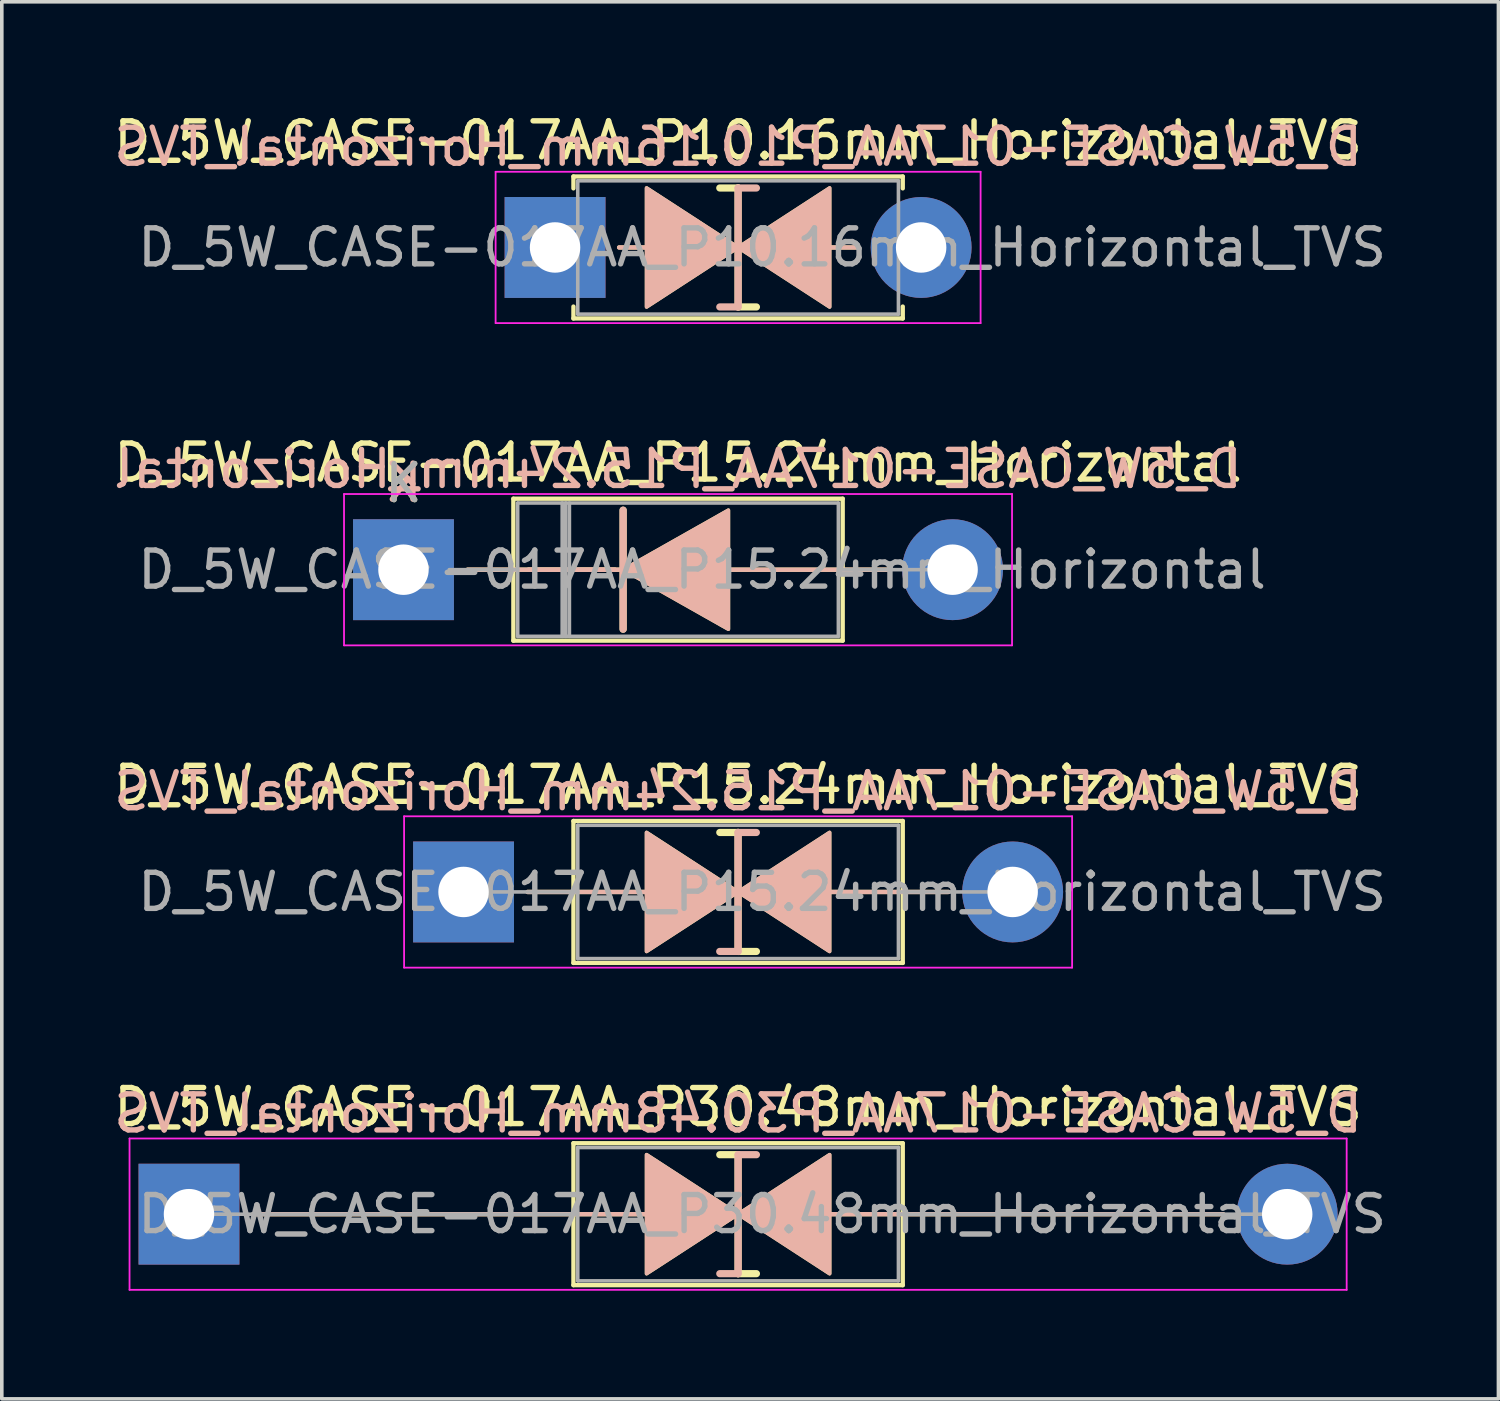
<source format=kicad_pcb>
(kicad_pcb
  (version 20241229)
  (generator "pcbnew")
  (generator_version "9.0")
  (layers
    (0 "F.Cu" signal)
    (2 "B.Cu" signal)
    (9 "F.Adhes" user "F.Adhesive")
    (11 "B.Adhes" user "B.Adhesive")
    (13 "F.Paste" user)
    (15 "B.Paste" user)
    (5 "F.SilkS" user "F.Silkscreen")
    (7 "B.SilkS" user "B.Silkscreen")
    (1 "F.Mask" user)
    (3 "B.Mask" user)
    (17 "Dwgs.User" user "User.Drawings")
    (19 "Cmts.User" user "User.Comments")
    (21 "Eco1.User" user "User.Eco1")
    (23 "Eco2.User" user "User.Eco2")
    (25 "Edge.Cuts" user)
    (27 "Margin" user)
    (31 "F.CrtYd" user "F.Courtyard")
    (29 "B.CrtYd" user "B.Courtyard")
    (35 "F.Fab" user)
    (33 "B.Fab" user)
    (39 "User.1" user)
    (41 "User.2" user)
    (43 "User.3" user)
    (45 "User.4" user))
  (footprint "D_5W_CASE-017AA_P15.24mm_Horizontal_TVS"
    (layer "F.Cu")
    (at 9.815 21.705)
    (property "Reference" "D_5W_CASE-017AA_P15.24mm_Horizontal_TVS" (at 7.62 -2.97 0) (layer "F.SilkS") (effects (font (size 1 1) (thickness 0.15))))
    (fp_line (start 1.778 0) (end 3.05 0) (stroke (width 0.12) (type solid)) (layer "F.SilkS"))
    (fp_line (start 3.048 0) (end 5.08 0) (stroke (width 0.12) (type solid)) (layer "F.SilkS"))
    (fp_line (start 3.05 -1.97) (end 3.05 1.97) (stroke (width 0.12) (type solid)) (layer "F.SilkS"))
    (fp_line (start 3.05 1.97) (end 12.19 1.97) (stroke (width 0.12) (type solid)) (layer "F.SilkS"))
    (fp_line (start 7.62 -1.651) (end 7.112 -1.651) (stroke (width 0.2) (type solid)) (layer "F.SilkS"))
    (fp_line (start 7.62 1.651) (end 7.62 -1.651) (stroke (width 0.2) (type solid)) (layer "F.SilkS"))
    (fp_line (start 8.128 1.651) (end 7.62 1.651) (stroke (width 0.2) (type solid)) (layer "F.SilkS"))
    (fp_line (start 12.19 -1.97) (end 3.05 -1.97) (stroke (width 0.12) (type solid)) (layer "F.SilkS"))
    (fp_line (start 12.19 0) (end 10.16 0) (stroke (width 0.12) (type solid)) (layer "F.SilkS"))
    (fp_line (start 12.19 1.97) (end 12.19 -1.97) (stroke (width 0.12) (type solid)) (layer "F.SilkS"))
    (fp_line (start 13.462 0) (end 12.19 0) (stroke (width 0.12) (type solid)) (layer "F.SilkS"))
    (fp_poly (pts (xy 7.62 0) (xy 5.08 1.651) (xy 5.08 -1.651)) (stroke (width 0.1) (type solid)) (fill yes) (layer "F.SilkS"))
    (fp_poly (pts (xy 7.62 0) (xy 10.16 -1.651) (xy 10.16 1.651)) (stroke (width 0.1) (type solid)) (fill yes) (layer "F.SilkS"))
    (fp_line (start 1.776 0) (end 3.048 0) (stroke (width 0.12) (type solid)) (layer "B.SilkS"))
    (fp_line (start 3.046 0) (end 5.078 0) (stroke (width 0.12) (type solid)) (layer "B.SilkS"))
    (fp_line (start 7.618 -1.651) (end 7.618 1.651) (stroke (width 0.2) (type solid)) (layer "B.SilkS"))
    (fp_line (start 7.618 1.651) (end 7.11 1.651) (stroke (width 0.2) (type solid)) (layer "B.SilkS"))
    (fp_line (start 8.126 -1.651) (end 7.618 -1.651) (stroke (width 0.2) (type solid)) (layer "B.SilkS"))
    (fp_line (start 12.188 0) (end 10.158 0) (stroke (width 0.12) (type solid)) (layer "B.SilkS"))
    (fp_line (start 13.46 0) (end 12.188 0) (stroke (width 0.12) (type solid)) (layer "B.SilkS"))
    (fp_poly (pts (xy 7.618 0) (xy 5.078 -1.651) (xy 5.078 1.651)) (stroke (width 0.1) (type solid)) (fill yes) (layer "B.SilkS"))
    (fp_poly (pts (xy 7.618 0) (xy 10.158 1.651) (xy 10.158 -1.651)) (stroke (width 0.1) (type solid)) (fill yes) (layer "B.SilkS"))
    (fp_line (start -1.65 -2.1) (end -1.65 2.1) (stroke (width 0.05) (type solid)) (layer "F.CrtYd"))
    (fp_line (start -1.65 2.1) (end 16.89 2.1) (stroke (width 0.05) (type solid)) (layer "F.CrtYd"))
    (fp_line (start 16.89 -2.1) (end -1.65 -2.1) (stroke (width 0.05) (type solid)) (layer "F.CrtYd"))
    (fp_line (start 16.89 2.1) (end 16.89 -2.1) (stroke (width 0.05) (type solid)) (layer "F.CrtYd"))
    (fp_line (start 0 0) (end 3.17 0) (stroke (width 0.1) (type solid)) (layer "F.Fab"))
    (fp_line (start 3.17 -1.85) (end 3.17 1.85) (stroke (width 0.1) (type solid)) (layer "F.Fab"))
    (fp_line (start 3.17 1.85) (end 12.07 1.85) (stroke (width 0.1) (type solid)) (layer "F.Fab"))
    (fp_line (start 12.07 -1.85) (end 3.17 -1.85) (stroke (width 0.1) (type solid)) (layer "F.Fab"))
    (fp_line (start 12.07 1.85) (end 12.07 -1.85) (stroke (width 0.1) (type solid)) (layer "F.Fab"))
    (fp_line (start 15.24 0) (end 12.07 0) (stroke (width 0.1) (type solid)) (layer "F.Fab"))
    (fp_text user "${REFERENCE}" (at 7.62 -2.794 0) (layer "B.SilkS") (effects (font (size 1 1) (thickness 0.15)) (justify mirror)))
    (fp_text user "${REFERENCE}" (at 8.287 0 0) (layer "F.Fab") (effects (font (size 1 1) (thickness 0.15))))
    (pad "1" thru_hole rect (at 0 0) (size 2.8 2.8) (drill 1.4) (layers "*.Cu" "*.Mask"))
    (pad "2" thru_hole oval (at 15.24 0) (size 2.8 2.8) (drill 1.4) (layers "*.Cu" "*.Mask")))
  (footprint "D_5W_CASE-017AA_P10.16mm_Horizontal_TVS"
    (layer "F.Cu")
    (at 12.355 3.818)
    (property "Reference" "D_5W_CASE-017AA_P10.16mm_Horizontal_TVS" (at 5.08 -2.97 0) (layer "F.SilkS") (effects (font (size 1 1) (thickness 0.15))))
    (fp_line (start 0.51 -1.97) (end 9.65 -1.97) (stroke (width 0.12) (type solid)) (layer "F.SilkS"))
    (fp_line (start 0.51 -1.64) (end 0.51 -1.97) (stroke (width 0.12) (type solid)) (layer "F.SilkS"))
    (fp_line (start 0.51 1.64) (end 0.51 1.97) (stroke (width 0.12) (type solid)) (layer "F.SilkS"))
    (fp_line (start 0.51 1.97) (end 9.65 1.97) (stroke (width 0.12) (type solid)) (layer "F.SilkS"))
    (fp_line (start 1.778 0) (end 2.54 0) (stroke (width 0.12) (type solid)) (layer "F.SilkS"))
    (fp_line (start 5.08 -1.651) (end 4.572 -1.651) (stroke (width 0.2) (type solid)) (layer "F.SilkS"))
    (fp_line (start 5.08 1.651) (end 5.08 -1.651) (stroke (width 0.2) (type solid)) (layer "F.SilkS"))
    (fp_line (start 5.588 1.651) (end 5.08 1.651) (stroke (width 0.2) (type solid)) (layer "F.SilkS"))
    (fp_line (start 8.382 0) (end 7.62 0) (stroke (width 0.12) (type solid)) (layer "F.SilkS"))
    (fp_line (start 9.65 -1.97) (end 9.65 -1.64) (stroke (width 0.12) (type solid)) (layer "F.SilkS"))
    (fp_line (start 9.65 1.97) (end 9.65 1.64) (stroke (width 0.12) (type solid)) (layer "F.SilkS"))
    (fp_poly (pts (xy 5.08 0) (xy 2.54 1.651) (xy 2.54 -1.651)) (stroke (width 0.1) (type solid)) (fill yes) (layer "F.SilkS"))
    (fp_poly (pts (xy 5.08 0) (xy 7.62 -1.651) (xy 7.62 1.651)) (stroke (width 0.1) (type solid)) (fill yes) (layer "F.SilkS"))
    (fp_line (start 1.778 0) (end 2.54 0) (stroke (width 0.12) (type solid)) (layer "B.SilkS"))
    (fp_line (start 5.08 -1.651) (end 5.08 1.651) (stroke (width 0.2) (type solid)) (layer "B.SilkS"))
    (fp_line (start 5.08 1.651) (end 4.572 1.651) (stroke (width 0.2) (type solid)) (layer "B.SilkS"))
    (fp_line (start 5.588 -1.651) (end 5.08 -1.651) (stroke (width 0.2) (type solid)) (layer "B.SilkS"))
    (fp_line (start 8.382 0) (end 7.62 0) (stroke (width 0.12) (type solid)) (layer "B.SilkS"))
    (fp_poly (pts (xy 5.08 0) (xy 2.54 -1.651) (xy 2.54 1.651)) (stroke (width 0.1) (type solid)) (fill yes) (layer "B.SilkS"))
    (fp_poly (pts (xy 5.08 0) (xy 7.62 1.651) (xy 7.62 -1.651)) (stroke (width 0.1) (type solid)) (fill yes) (layer "B.SilkS"))
    (fp_line (start -1.65 -2.1) (end -1.65 2.1) (stroke (width 0.05) (type solid)) (layer "F.CrtYd"))
    (fp_line (start -1.65 2.1) (end 11.81 2.1) (stroke (width 0.05) (type solid)) (layer "F.CrtYd"))
    (fp_line (start 11.81 -2.1) (end -1.65 -2.1) (stroke (width 0.05) (type solid)) (layer "F.CrtYd"))
    (fp_line (start 11.81 2.1) (end 11.81 -2.1) (stroke (width 0.05) (type solid)) (layer "F.CrtYd"))
    (fp_line (start 0 0) (end 0.63 0) (stroke (width 0.1) (type solid)) (layer "F.Fab"))
    (fp_line (start 0.63 -1.85) (end 0.63 1.85) (stroke (width 0.1) (type solid)) (layer "F.Fab"))
    (fp_line (start 0.63 1.85) (end 9.53 1.85) (stroke (width 0.1) (type solid)) (layer "F.Fab"))
    (fp_line (start 9.53 -1.85) (end 0.63 -1.85) (stroke (width 0.1) (type solid)) (layer "F.Fab"))
    (fp_line (start 9.53 1.85) (end 9.53 -1.85) (stroke (width 0.1) (type solid)) (layer "F.Fab"))
    (fp_line (start 10.16 0) (end 9.53 0) (stroke (width 0.1) (type solid)) (layer "F.Fab"))
    (fp_text user "${REFERENCE}" (at 5.08 -2.794 0) (layer "B.SilkS") (effects (font (size 1 1) (thickness 0.15)) (justify mirror)))
    (fp_text user "${REFERENCE}" (at 5.747 0 0) (layer "F.Fab") (effects (font (size 1 1) (thickness 0.15))))
    (pad "1" thru_hole rect (at 0 0) (size 2.8 2.8) (drill 1.4) (layers "*.Cu" "*.Mask"))
    (pad "2" thru_hole oval (at 10.16 0) (size 2.8 2.8) (drill 1.4) (layers "*.Cu" "*.Mask")))
  (footprint "D_5W_CASE-017AA_P15.24mm_Horizontal"
    (layer "F.Cu")
    (at 8.148 12.761)
    (property "Reference" "D_5W_CASE-017AA_P15.24mm_Horizontal" (at 7.62 -2.97 0) (layer "F.SilkS") (effects (font (size 1 1) (thickness 0.15))))
    (fp_line (start 1.778 0) (end 6.096 0) (stroke (width 0.12) (type solid)) (layer "F.SilkS"))
    (fp_line (start 3.05 -1.97) (end 3.05 1.97) (stroke (width 0.12) (type solid)) (layer "F.SilkS"))
    (fp_line (start 3.05 1.97) (end 12.19 1.97) (stroke (width 0.12) (type solid)) (layer "F.SilkS"))
    (fp_line (start 5.87 0) (end 3.47 0) (stroke (width 0.12) (type solid)) (layer "F.SilkS"))
    (fp_line (start 6.096 -1.651) (end 6.096 1.651) (stroke (width 0.2) (type solid)) (layer "F.SilkS"))
    (fp_line (start 12.19 -1.97) (end 3.05 -1.97) (stroke (width 0.12) (type solid)) (layer "F.SilkS"))
    (fp_line (start 12.19 1.97) (end 12.19 -1.97) (stroke (width 0.12) (type solid)) (layer "F.SilkS"))
    (fp_line (start 13.462 0) (end 8.89 0) (stroke (width 0.12) (type solid)) (layer "F.SilkS"))
    (fp_poly (pts (xy 9.017 1.651) (xy 6.096 0) (xy 9.017 -1.651)) (stroke (width 0.1) (type solid)) (fill yes) (layer "F.SilkS"))
    (fp_line (start 1.778 0) (end 6.096 0) (stroke (width 0.12) (type solid)) (layer "B.SilkS"))
    (fp_line (start 5.87 0) (end 3.47 0) (stroke (width 0.12) (type solid)) (layer "B.SilkS"))
    (fp_line (start 6.096 1.651) (end 6.096 -1.651) (stroke (width 0.2) (type solid)) (layer "B.SilkS"))
    (fp_line (start 13.462 0) (end 8.89 0) (stroke (width 0.12) (type solid)) (layer "B.SilkS"))
    (fp_poly (pts (xy 9.017 -1.651) (xy 6.096 0) (xy 9.017 1.651)) (stroke (width 0.1) (type solid)) (fill yes) (layer "B.SilkS"))
    (fp_line (start -1.65 -2.1) (end -1.65 2.1) (stroke (width 0.05) (type solid)) (layer "F.CrtYd"))
    (fp_line (start -1.65 2.1) (end 16.89 2.1) (stroke (width 0.05) (type solid)) (layer "F.CrtYd"))
    (fp_line (start 16.89 -2.1) (end -1.65 -2.1) (stroke (width 0.05) (type solid)) (layer "F.CrtYd"))
    (fp_line (start 16.89 2.1) (end 16.89 -2.1) (stroke (width 0.05) (type solid)) (layer "F.CrtYd"))
    (fp_line (start 1.27 0) (end 3.17 0) (stroke (width 0.1) (type solid)) (layer "F.Fab"))
    (fp_line (start 3.17 -1.85) (end 3.17 1.85) (stroke (width 0.1) (type solid)) (layer "F.Fab"))
    (fp_line (start 3.17 1.85) (end 12.07 1.85) (stroke (width 0.1) (type solid)) (layer "F.Fab"))
    (fp_line (start 4.405 -1.85) (end 4.405 1.85) (stroke (width 0.1) (type solid)) (layer "F.Fab"))
    (fp_line (start 4.505 -1.85) (end 4.505 1.85) (stroke (width 0.1) (type solid)) (layer "F.Fab"))
    (fp_line (start 4.605 -1.85) (end 4.605 1.85) (stroke (width 0.1) (type solid)) (layer "F.Fab"))
    (fp_line (start 12.07 -1.85) (end 3.17 -1.85) (stroke (width 0.1) (type solid)) (layer "F.Fab"))
    (fp_line (start 12.07 1.85) (end 12.07 -1.85) (stroke (width 0.1) (type solid)) (layer "F.Fab"))
    (fp_line (start 15.24 0) (end 12.07 0) (stroke (width 0.1) (type solid)) (layer "F.Fab"))
    (fp_text user "K" (at 0 -2.4 0) (layer "F.SilkS") (effects (font (size 1 1) (thickness 0.15))))
    (fp_text user "${REFERENCE}" (at 7.62 -2.794 0) (layer "B.SilkS") (effects (font (size 1 1) (thickness 0.15)) (justify mirror)))
    (fp_text user "K" (at 0 -2.413 0) (layer "B.SilkS") (effects (font (size 1 1) (thickness 0.15)) (justify mirror)))
    (fp_text user "K" (at 0 -2.4 0) (layer "F.Fab") (effects (font (size 1 1) (thickness 0.15))))
    (fp_text user "${REFERENCE}" (at 8.287 0 0) (layer "F.Fab") (effects (font (size 1 1) (thickness 0.15))))
    (pad "1" thru_hole rect (at 0 0) (size 2.8 2.8) (drill 1.4) (layers "*.Cu" "*.Mask"))
    (pad "2" thru_hole oval (at 15.24 0) (size 2.8 2.8) (drill 1.4) (layers "*.Cu" "*.Mask")))
  (footprint "D_5W_CASE-017AA_P30.48mm_Horizontal_TVS"
    (layer "F.Cu")
    (at 2.195 30.648)
    (property "Reference" "D_5W_CASE-017AA_P30.48mm_Horizontal_TVS" (at 15.24 -2.97 0) (layer "F.SilkS") (effects (font (size 1 1) (thickness 0.15))))
    (fp_line (start 1.778 0) (end 10.67 0) (stroke (width 0.12) (type solid)) (layer "F.SilkS"))
    (fp_line (start 10.668 0) (end 12.7 0) (stroke (width 0.12) (type solid)) (layer "F.SilkS"))
    (fp_line (start 10.67 -1.97) (end 10.67 1.97) (stroke (width 0.12) (type solid)) (layer "F.SilkS"))
    (fp_line (start 10.67 1.97) (end 19.81 1.97) (stroke (width 0.12) (type solid)) (layer "F.SilkS"))
    (fp_line (start 15.24 -1.651) (end 14.732 -1.651) (stroke (width 0.2) (type solid)) (layer "F.SilkS"))
    (fp_line (start 15.24 1.651) (end 15.24 -1.651) (stroke (width 0.2) (type solid)) (layer "F.SilkS"))
    (fp_line (start 15.748 1.651) (end 15.24 1.651) (stroke (width 0.2) (type solid)) (layer "F.SilkS"))
    (fp_line (start 19.81 -1.97) (end 10.67 -1.97) (stroke (width 0.12) (type solid)) (layer "F.SilkS"))
    (fp_line (start 19.81 0) (end 17.78 0) (stroke (width 0.12) (type solid)) (layer "F.SilkS"))
    (fp_line (start 19.81 1.97) (end 19.81 -1.97) (stroke (width 0.12) (type solid)) (layer "F.SilkS"))
    (fp_line (start 28.702 0) (end 19.81 0) (stroke (width 0.12) (type solid)) (layer "F.SilkS"))
    (fp_poly (pts (xy 15.24 0) (xy 12.7 1.651) (xy 12.7 -1.651)) (stroke (width 0.1) (type solid)) (fill yes) (layer "F.SilkS"))
    (fp_poly (pts (xy 15.24 0) (xy 17.78 -1.651) (xy 17.78 1.651)) (stroke (width 0.1) (type solid)) (fill yes) (layer "F.SilkS"))
    (fp_line (start 1.778 0) (end 10.67 0) (stroke (width 0.12) (type solid)) (layer "B.SilkS"))
    (fp_line (start 10.668 0) (end 12.7 0) (stroke (width 0.12) (type solid)) (layer "B.SilkS"))
    (fp_line (start 15.24 -1.651) (end 15.24 1.651) (stroke (width 0.2) (type solid)) (layer "B.SilkS"))
    (fp_line (start 15.24 1.651) (end 14.732 1.651) (stroke (width 0.2) (type solid)) (layer "B.SilkS"))
    (fp_line (start 15.748 -1.651) (end 15.24 -1.651) (stroke (width 0.2) (type solid)) (layer "B.SilkS"))
    (fp_line (start 19.81 0) (end 17.78 0) (stroke (width 0.12) (type solid)) (layer "B.SilkS"))
    (fp_line (start 28.702 0) (end 19.81 0) (stroke (width 0.12) (type solid)) (layer "B.SilkS"))
    (fp_poly (pts (xy 15.24 0) (xy 12.7 -1.651) (xy 12.7 1.651)) (stroke (width 0.1) (type solid)) (fill yes) (layer "B.SilkS"))
    (fp_poly (pts (xy 15.24 0) (xy 17.78 1.651) (xy 17.78 -1.651)) (stroke (width 0.1) (type solid)) (fill yes) (layer "B.SilkS"))
    (fp_line (start -1.65 -2.1) (end -1.65 2.1) (stroke (width 0.05) (type solid)) (layer "F.CrtYd"))
    (fp_line (start -1.65 2.1) (end 32.13 2.1) (stroke (width 0.05) (type solid)) (layer "F.CrtYd"))
    (fp_line (start 32.13 -2.1) (end -1.65 -2.1) (stroke (width 0.05) (type solid)) (layer "F.CrtYd"))
    (fp_line (start 32.13 2.1) (end 32.13 -2.1) (stroke (width 0.05) (type solid)) (layer "F.CrtYd"))
    (fp_line (start 0 0) (end 10.79 0) (stroke (width 0.1) (type solid)) (layer "F.Fab"))
    (fp_line (start 10.79 -1.85) (end 10.79 1.85) (stroke (width 0.1) (type solid)) (layer "F.Fab"))
    (fp_line (start 10.79 1.85) (end 19.69 1.85) (stroke (width 0.1) (type solid)) (layer "F.Fab"))
    (fp_line (start 19.69 -1.85) (end 10.79 -1.85) (stroke (width 0.1) (type solid)) (layer "F.Fab"))
    (fp_line (start 19.69 1.85) (end 19.69 -1.85) (stroke (width 0.1) (type solid)) (layer "F.Fab"))
    (fp_line (start 30.48 0) (end 19.69 0) (stroke (width 0.1) (type solid)) (layer "F.Fab"))
    (fp_text user "${REFERENCE}" (at 15.24 -2.794 0) (layer "B.SilkS") (effects (font (size 1 1) (thickness 0.15)) (justify mirror)))
    (fp_text user "${REFERENCE}" (at 15.908 0 0) (layer "F.Fab") (effects (font (size 1 1) (thickness 0.15))))
    (pad "1" thru_hole rect (at 0 0) (size 2.8 2.8) (drill 1.4) (layers "*.Cu" "*.Mask"))
    (pad "2" thru_hole oval (at 30.48 0) (size 2.8 2.8) (drill 1.4) (layers "*.Cu" "*.Mask")))
  (gr_rect
    (start -3 -3)
    (end 38.537 35.773)
    (stroke (width 0.1) (type default))
    (fill no)
    (layer "Edge.Cuts")))
</source>
